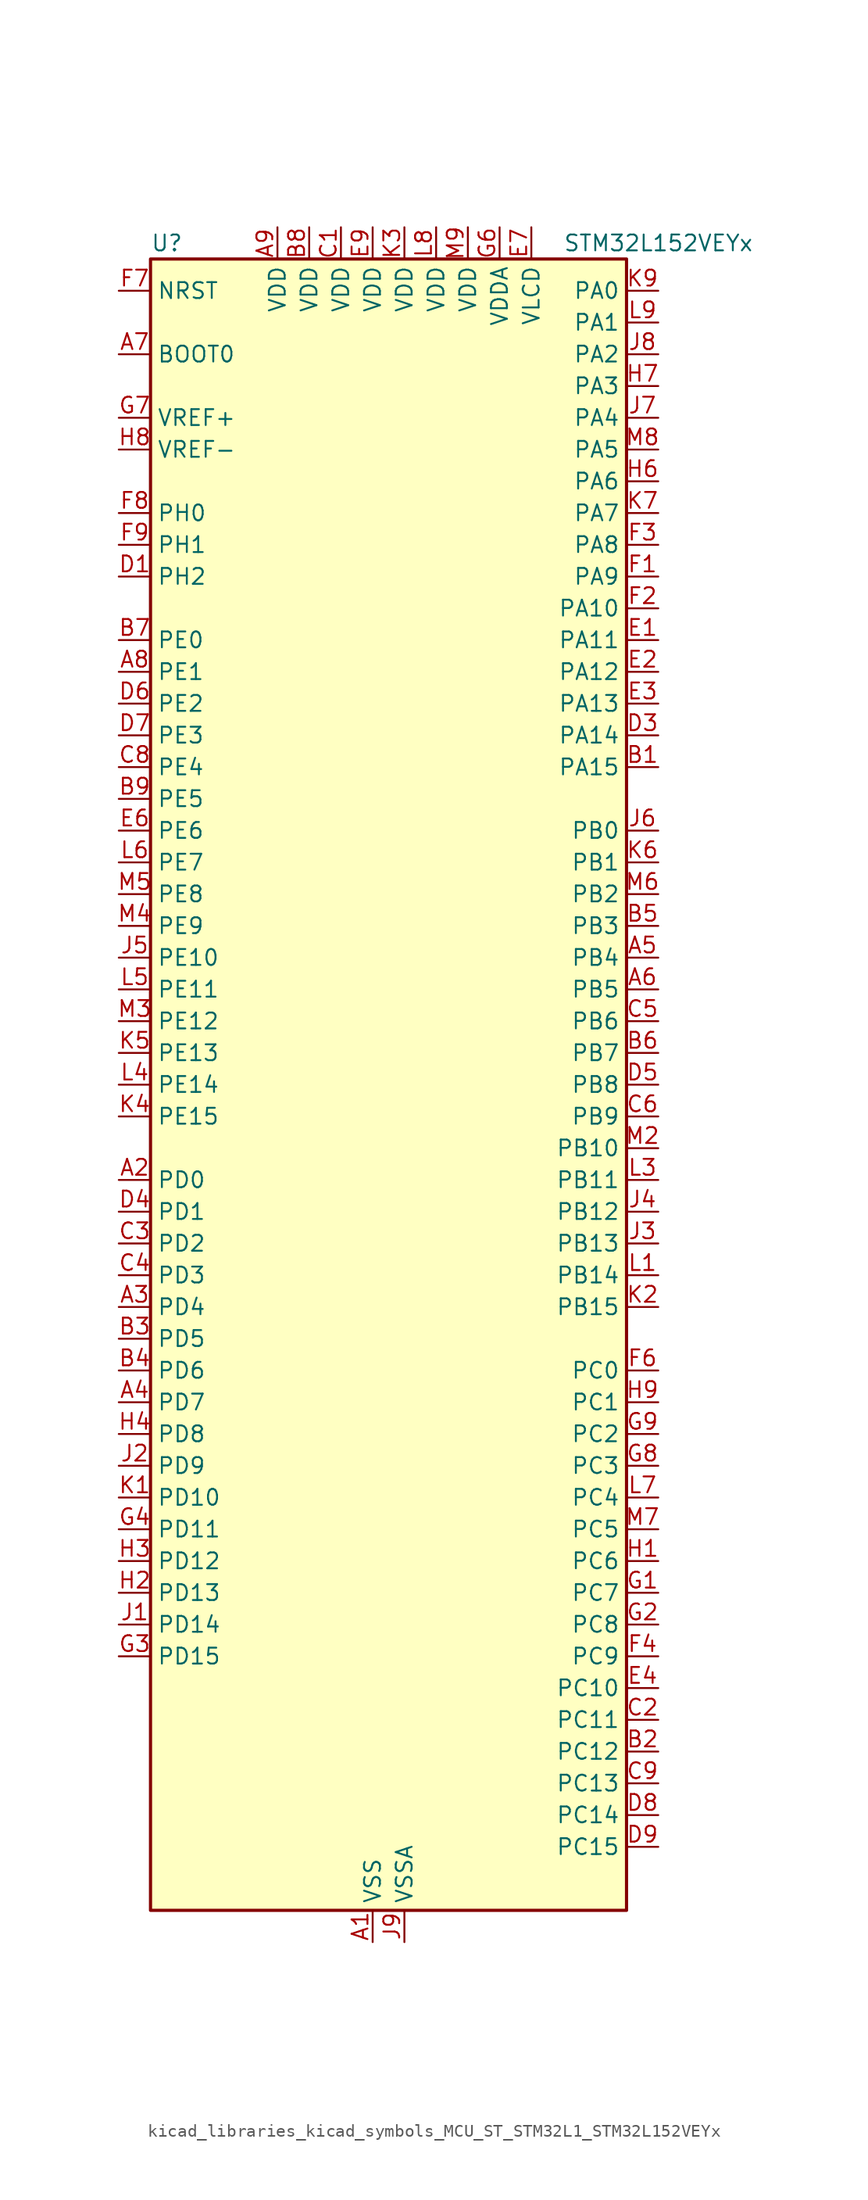
<source format=kicad_sym>
(kicad_symbol_lib
  (version 20220914)
  (generator kicad_symbol_editor)
  (symbol "kicad_libraries_kicad_symbols_MCU_ST_STM32L1_STM32L152VEYx"
    (property "Reference" "U"
      (at -17.78 67.31 0)
      (effects (font (size 1.27 1.27)) (justify left)))
    (property "Value" "STM32L152VEYx"
      (at 15.24 67.31 0)
      (effects (font (size 1.27 1.27)) (justify left)))
    (property "ki_locked" ""
      (at 0 0 0)
      (effects (font (size 1.27 1.27))))
    (symbol "kicad_libraries_kicad_symbols_MCU_ST_STM32L1_STM32L152VEYx_0_1"
      (rectangle (start -17.78 -66.04) (end 20.32 66.04) (stroke (width 0.254) (type default)) (fill (type background))))
    (symbol "kicad_libraries_kicad_symbols_MCU_ST_STM32L1_STM32L152VEYx_1_1"
      (pin power_in line (at 0 -68.58 90) (length 2.54) (name "VSS" (effects (font (size 1.27 1.27)))) (number "A1" (effects (font (size 1.27 1.27)))))
      (pin bidirectional line (at -20.32 -7.62 0) (length 2.54) (name "PD0" (effects (font (size 1.27 1.27)))) (number "A2" (effects (font (size 1.27 1.27)))) (alternate "I2S2_WS" bidirectional line) (alternate "SPI2_NSS" bidirectional line) (alternate "TIM9_CH1" bidirectional line) (alternate "TIMX_IC1" bidirectional line))
      (pin bidirectional line (at -20.32 -17.78 0) (length 2.54) (name "PD4" (effects (font (size 1.27 1.27)))) (number "A3" (effects (font (size 1.27 1.27)))) (alternate "I2S2_SD" bidirectional line) (alternate "SPI2_MOSI" bidirectional line) (alternate "TIMX_IC1" bidirectional line) (alternate "USART2_RTS" bidirectional line))
      (pin bidirectional line (at -20.32 -25.4 0) (length 2.54) (name "PD7" (effects (font (size 1.27 1.27)))) (number "A4" (effects (font (size 1.27 1.27)))) (alternate "TIM9_CH2" bidirectional line) (alternate "TIMX_IC4" bidirectional line) (alternate "USART2_CK" bidirectional line))
      (pin bidirectional line (at 22.86 10.16 180) (length 2.54) (name "PB4" (effects (font (size 1.27 1.27)))) (number "A5" (effects (font (size 1.27 1.27)))) (alternate "COMP2_INP" bidirectional line) (alternate "LCD_SEG8" bidirectional line) (alternate "SPI1_MISO" bidirectional line) (alternate "SPI3_MISO" bidirectional line) (alternate "SYS_JTRST" bidirectional line) (alternate "TIM3_CH1" bidirectional line) (alternate "TS_G6_IO1" bidirectional line))
      (pin bidirectional line (at 22.86 7.62 180) (length 2.54) (name "PB5" (effects (font (size 1.27 1.27)))) (number "A6" (effects (font (size 1.27 1.27)))) (alternate "COMP2_INP" bidirectional line) (alternate "I2C1_SMBA" bidirectional line) (alternate "I2S3_SD" bidirectional line) (alternate "LCD_SEG9" bidirectional line) (alternate "SPI1_MOSI" bidirectional line) (alternate "SPI3_MOSI" bidirectional line) (alternate "TIM3_CH2" bidirectional line) (alternate "TS_G6_IO2" bidirectional line))
      (pin input line (at -20.32 58.42 0) (length 2.54) (name "BOOT0" (effects (font (size 1.27 1.27)))) (number "A7" (effects (font (size 1.27 1.27)))))
      (pin bidirectional line (at -20.32 33.02 0) (length 2.54) (name "PE1" (effects (font (size 1.27 1.27)))) (number "A8" (effects (font (size 1.27 1.27)))) (alternate "LCD_SEG37" bidirectional line) (alternate "TIM11_CH1" bidirectional line) (alternate "TIMX_IC2" bidirectional line))
      (pin power_in line (at -7.62 68.58 270) (length 2.54) (name "VDD" (effects (font (size 1.27 1.27)))) (number "A9" (effects (font (size 1.27 1.27)))))
      (pin bidirectional line (at 22.86 25.4 180) (length 2.54) (name "PA15" (effects (font (size 1.27 1.27)))) (number "B1" (effects (font (size 1.27 1.27)))) (alternate "ADC_EXTI15" bidirectional line) (alternate "I2S3_WS" bidirectional line) (alternate "LCD_SEG17" bidirectional line) (alternate "SPI1_NSS" bidirectional line) (alternate "SPI3_NSS" bidirectional line) (alternate "SYS_JTDI" bidirectional line) (alternate "TIM2_CH1" bidirectional line) (alternate "TIM2_ETR" bidirectional line) (alternate "TIMX_IC4" bidirectional line) (alternate "TS_G5_IO3" bidirectional line))
      (pin bidirectional line (at 22.86 -53.34 180) (length 2.54) (name "PC12" (effects (font (size 1.27 1.27)))) (number "B2" (effects (font (size 1.27 1.27)))) (alternate "I2S3_SD" bidirectional line) (alternate "LCD_COM6" bidirectional line) (alternate "LCD_SEG30" bidirectional line) (alternate "LCD_SEG42" bidirectional line) (alternate "SPI3_MOSI" bidirectional line) (alternate "TIMX_IC1" bidirectional line) (alternate "UART5_TX" bidirectional line) (alternate "USART3_CK" bidirectional line))
      (pin bidirectional line (at -20.32 -20.32 0) (length 2.54) (name "PD5" (effects (font (size 1.27 1.27)))) (number "B3" (effects (font (size 1.27 1.27)))) (alternate "TIMX_IC2" bidirectional line) (alternate "USART2_TX" bidirectional line))
      (pin bidirectional line (at -20.32 -22.86 0) (length 2.54) (name "PD6" (effects (font (size 1.27 1.27)))) (number "B4" (effects (font (size 1.27 1.27)))) (alternate "TIMX_IC3" bidirectional line) (alternate "USART2_RX" bidirectional line))
      (pin bidirectional line (at 22.86 12.7 180) (length 2.54) (name "PB3" (effects (font (size 1.27 1.27)))) (number "B5" (effects (font (size 1.27 1.27)))) (alternate "COMP2_INM" bidirectional line) (alternate "I2S3_CK" bidirectional line) (alternate "LCD_SEG7" bidirectional line) (alternate "SPI1_SCK" bidirectional line) (alternate "SPI3_SCK" bidirectional line) (alternate "SYS_JTDO-TRACESWO" bidirectional line) (alternate "TIM2_CH2" bidirectional line))
      (pin bidirectional line (at 22.86 2.54 180) (length 2.54) (name "PB7" (effects (font (size 1.27 1.27)))) (number "B6" (effects (font (size 1.27 1.27)))) (alternate "COMP2_INP" bidirectional line) (alternate "I2C1_SDA" bidirectional line) (alternate "SYS_PVD_IN" bidirectional line) (alternate "TIM4_CH2" bidirectional line) (alternate "TS_G6_IO4" bidirectional line) (alternate "USART1_RX" bidirectional line))
      (pin bidirectional line (at -20.32 35.56 0) (length 2.54) (name "PE0" (effects (font (size 1.27 1.27)))) (number "B7" (effects (font (size 1.27 1.27)))) (alternate "LCD_SEG36" bidirectional line) (alternate "TIM10_CH1" bidirectional line) (alternate "TIM4_ETR" bidirectional line) (alternate "TIMX_IC1" bidirectional line))
      (pin power_in line (at -5.08 68.58 270) (length 2.54) (name "VDD" (effects (font (size 1.27 1.27)))) (number "B8" (effects (font (size 1.27 1.27)))))
      (pin bidirectional line (at -20.32 22.86 0) (length 2.54) (name "PE5" (effects (font (size 1.27 1.27)))) (number "B9" (effects (font (size 1.27 1.27)))) (alternate "SYS_TRACED2" bidirectional line) (alternate "TIM9_CH1" bidirectional line) (alternate "TIMX_IC2" bidirectional line))
      (pin power_in line (at -2.54 68.58 270) (length 2.54) (name "VDD" (effects (font (size 1.27 1.27)))) (number "C1" (effects (font (size 1.27 1.27)))))
      (pin bidirectional line (at 22.86 -50.8 180) (length 2.54) (name "PC11" (effects (font (size 1.27 1.27)))) (number "C2" (effects (font (size 1.27 1.27)))) (alternate "ADC_EXTI11" bidirectional line) (alternate "LCD_COM5" bidirectional line) (alternate "LCD_SEG29" bidirectional line) (alternate "LCD_SEG41" bidirectional line) (alternate "SPI3_MISO" bidirectional line) (alternate "TIMX_IC4" bidirectional line) (alternate "UART4_RX" bidirectional line) (alternate "USART3_RX" bidirectional line))
      (pin bidirectional line (at -20.32 -12.7 0) (length 2.54) (name "PD2" (effects (font (size 1.27 1.27)))) (number "C3" (effects (font (size 1.27 1.27)))) (alternate "LCD_COM7" bidirectional line) (alternate "LCD_SEG31" bidirectional line) (alternate "LCD_SEG43" bidirectional line) (alternate "TIM3_ETR" bidirectional line) (alternate "TIMX_IC3" bidirectional line) (alternate "UART5_RX" bidirectional line))
      (pin bidirectional line (at -20.32 -15.24 0) (length 2.54) (name "PD3" (effects (font (size 1.27 1.27)))) (number "C4" (effects (font (size 1.27 1.27)))) (alternate "SPI2_MISO" bidirectional line) (alternate "TIMX_IC4" bidirectional line) (alternate "USART2_CTS" bidirectional line))
      (pin bidirectional line (at 22.86 5.08 180) (length 2.54) (name "PB6" (effects (font (size 1.27 1.27)))) (number "C5" (effects (font (size 1.27 1.27)))) (alternate "COMP2_INP" bidirectional line) (alternate "I2C1_SCL" bidirectional line) (alternate "TIM4_CH1" bidirectional line) (alternate "TS_G6_IO3" bidirectional line) (alternate "USART1_TX" bidirectional line))
      (pin bidirectional line (at 22.86 -2.54 180) (length 2.54) (name "PB9" (effects (font (size 1.27 1.27)))) (number "C6" (effects (font (size 1.27 1.27)))) (alternate "DAC_EXTI9" bidirectional line) (alternate "I2C1_SDA" bidirectional line) (alternate "LCD_COM3" bidirectional line) (alternate "TIM11_CH1" bidirectional line) (alternate "TIM4_CH4" bidirectional line))
      (pin passive line (at 0 -68.58 90) (length 2.54) hide (name "VSS" (effects (font (size 1.27 1.27)))) (number "C7" (effects (font (size 1.27 1.27)))))
      (pin bidirectional line (at -20.32 25.4 0) (length 2.54) (name "PE4" (effects (font (size 1.27 1.27)))) (number "C8" (effects (font (size 1.27 1.27)))) (alternate "SYS_TRACED1" bidirectional line) (alternate "TIM3_CH2" bidirectional line) (alternate "TIMX_IC1" bidirectional line))
      (pin bidirectional line (at 22.86 -55.88 180) (length 2.54) (name "PC13" (effects (font (size 1.27 1.27)))) (number "C9" (effects (font (size 1.27 1.27)))) (alternate "RTC_OUT_ALARM" bidirectional line) (alternate "RTC_OUT_CALIB" bidirectional line) (alternate "RTC_TAMP1" bidirectional line) (alternate "RTC_TS" bidirectional line) (alternate "SYS_WKUP2" bidirectional line) (alternate "TIMX_IC2" bidirectional line))
      (pin bidirectional line (at -20.32 40.64 0) (length 2.54) (name "PH2" (effects (font (size 1.27 1.27)))) (number "D1" (effects (font (size 1.27 1.27)))))
      (pin passive line (at 0 -68.58 90) (length 2.54) hide (name "VSS" (effects (font (size 1.27 1.27)))) (number "D2" (effects (font (size 1.27 1.27)))))
      (pin bidirectional line (at 22.86 27.94 180) (length 2.54) (name "PA14" (effects (font (size 1.27 1.27)))) (number "D3" (effects (font (size 1.27 1.27)))) (alternate "SYS_JTCK-SWCLK" bidirectional line) (alternate "TIMX_IC3" bidirectional line) (alternate "TS_G5_IO2" bidirectional line))
      (pin bidirectional line (at -20.32 -10.16 0) (length 2.54) (name "PD1" (effects (font (size 1.27 1.27)))) (number "D4" (effects (font (size 1.27 1.27)))) (alternate "I2S2_CK" bidirectional line) (alternate "SPI2_SCK" bidirectional line) (alternate "TIMX_IC2" bidirectional line))
      (pin bidirectional line (at 22.86 0 180) (length 2.54) (name "PB8" (effects (font (size 1.27 1.27)))) (number "D5" (effects (font (size 1.27 1.27)))) (alternate "I2C1_SCL" bidirectional line) (alternate "LCD_SEG16" bidirectional line) (alternate "TIM10_CH1" bidirectional line) (alternate "TIM4_CH3" bidirectional line))
      (pin bidirectional line (at -20.32 30.48 0) (length 2.54) (name "PE2" (effects (font (size 1.27 1.27)))) (number "D6" (effects (font (size 1.27 1.27)))) (alternate "LCD_SEG38" bidirectional line) (alternate "SYS_TRACECK" bidirectional line) (alternate "TIM3_ETR" bidirectional line) (alternate "TIMX_IC3" bidirectional line))
      (pin bidirectional line (at -20.32 27.94 0) (length 2.54) (name "PE3" (effects (font (size 1.27 1.27)))) (number "D7" (effects (font (size 1.27 1.27)))) (alternate "LCD_SEG39" bidirectional line) (alternate "SYS_TRACED0" bidirectional line) (alternate "TIM3_CH1" bidirectional line) (alternate "TIMX_IC4" bidirectional line))
      (pin bidirectional line (at 22.86 -58.42 180) (length 2.54) (name "PC14" (effects (font (size 1.27 1.27)))) (number "D8" (effects (font (size 1.27 1.27)))) (alternate "RCC_OSC32_IN" bidirectional line) (alternate "TIMX_IC3" bidirectional line))
      (pin bidirectional line (at 22.86 -60.96 180) (length 2.54) (name "PC15" (effects (font (size 1.27 1.27)))) (number "D9" (effects (font (size 1.27 1.27)))) (alternate "ADC_EXTI15" bidirectional line) (alternate "RCC_OSC32_OUT" bidirectional line) (alternate "TIMX_IC4" bidirectional line))
      (pin bidirectional line (at 22.86 35.56 180) (length 2.54) (name "PA11" (effects (font (size 1.27 1.27)))) (number "E1" (effects (font (size 1.27 1.27)))) (alternate "ADC_EXTI11" bidirectional line) (alternate "SPI1_MISO" bidirectional line) (alternate "TIMX_IC4" bidirectional line) (alternate "USART1_CTS" bidirectional line) (alternate "USB_DM" bidirectional line))
      (pin bidirectional line (at 22.86 33.02 180) (length 2.54) (name "PA12" (effects (font (size 1.27 1.27)))) (number "E2" (effects (font (size 1.27 1.27)))) (alternate "SPI1_MOSI" bidirectional line) (alternate "TIMX_IC1" bidirectional line) (alternate "USART1_RTS" bidirectional line) (alternate "USB_DP" bidirectional line))
      (pin bidirectional line (at 22.86 30.48 180) (length 2.54) (name "PA13" (effects (font (size 1.27 1.27)))) (number "E3" (effects (font (size 1.27 1.27)))) (alternate "SYS_JTMS-SWDIO" bidirectional line) (alternate "TIMX_IC2" bidirectional line) (alternate "TS_G5_IO1" bidirectional line))
      (pin bidirectional line (at 22.86 -48.26 180) (length 2.54) (name "PC10" (effects (font (size 1.27 1.27)))) (number "E4" (effects (font (size 1.27 1.27)))) (alternate "I2S3_CK" bidirectional line) (alternate "LCD_COM4" bidirectional line) (alternate "LCD_SEG28" bidirectional line) (alternate "LCD_SEG40" bidirectional line) (alternate "SPI3_SCK" bidirectional line) (alternate "TIMX_IC3" bidirectional line) (alternate "UART4_TX" bidirectional line) (alternate "USART3_TX" bidirectional line))
      (pin bidirectional line (at -20.32 20.32 0) (length 2.54) (name "PE6" (effects (font (size 1.27 1.27)))) (number "E6" (effects (font (size 1.27 1.27)))) (alternate "RTC_TAMP3" bidirectional line) (alternate "SYS_TRACED3" bidirectional line) (alternate "SYS_WKUP3" bidirectional line) (alternate "TIM9_CH2" bidirectional line) (alternate "TIMX_IC3" bidirectional line))
      (pin power_in line (at 12.7 68.58 270) (length 2.54) (name "VLCD" (effects (font (size 1.27 1.27)))) (number "E7" (effects (font (size 1.27 1.27)))))
      (pin passive line (at 0 -68.58 90) (length 2.54) hide (name "VSS" (effects (font (size 1.27 1.27)))) (number "E8" (effects (font (size 1.27 1.27)))))
      (pin power_in line (at 0 68.58 270) (length 2.54) (name "VDD" (effects (font (size 1.27 1.27)))) (number "E9" (effects (font (size 1.27 1.27)))))
      (pin bidirectional line (at 22.86 40.64 180) (length 2.54) (name "PA9" (effects (font (size 1.27 1.27)))) (number "F1" (effects (font (size 1.27 1.27)))) (alternate "DAC_EXTI9" bidirectional line) (alternate "LCD_COM1" bidirectional line) (alternate "TIMX_IC2" bidirectional line) (alternate "TS_G4_IO2" bidirectional line) (alternate "USART1_TX" bidirectional line))
      (pin bidirectional line (at 22.86 38.1 180) (length 2.54) (name "PA10" (effects (font (size 1.27 1.27)))) (number "F2" (effects (font (size 1.27 1.27)))) (alternate "LCD_COM2" bidirectional line) (alternate "TIMX_IC3" bidirectional line) (alternate "TS_G4_IO3" bidirectional line) (alternate "USART1_RX" bidirectional line))
      (pin bidirectional line (at 22.86 43.18 180) (length 2.54) (name "PA8" (effects (font (size 1.27 1.27)))) (number "F3" (effects (font (size 1.27 1.27)))) (alternate "LCD_COM0" bidirectional line) (alternate "RCC_MCO" bidirectional line) (alternate "TIMX_IC1" bidirectional line) (alternate "TS_G4_IO1" bidirectional line) (alternate "USART1_CK" bidirectional line))
      (pin bidirectional line (at 22.86 -45.72 180) (length 2.54) (name "PC9" (effects (font (size 1.27 1.27)))) (number "F4" (effects (font (size 1.27 1.27)))) (alternate "DAC_EXTI9" bidirectional line) (alternate "LCD_SEG27" bidirectional line) (alternate "TIM3_CH4" bidirectional line) (alternate "TIMX_IC2" bidirectional line) (alternate "TS_G10_IO4" bidirectional line))
      (pin bidirectional line (at 22.86 -22.86 180) (length 2.54) (name "PC0" (effects (font (size 1.27 1.27)))) (number "F6" (effects (font (size 1.27 1.27)))) (alternate "ADC_IN10" bidirectional line) (alternate "COMP1_INP" bidirectional line) (alternate "LCD_SEG18" bidirectional line) (alternate "TIMX_IC1" bidirectional line) (alternate "TS_G8_IO1" bidirectional line))
      (pin input line (at -20.32 63.5 0) (length 2.54) (name "NRST" (effects (font (size 1.27 1.27)))) (number "F7" (effects (font (size 1.27 1.27)))))
      (pin bidirectional line (at -20.32 45.72 0) (length 2.54) (name "PH0" (effects (font (size 1.27 1.27)))) (number "F8" (effects (font (size 1.27 1.27)))) (alternate "RCC_OSC_IN" bidirectional line))
      (pin bidirectional line (at -20.32 43.18 0) (length 2.54) (name "PH1" (effects (font (size 1.27 1.27)))) (number "F9" (effects (font (size 1.27 1.27)))) (alternate "RCC_OSC_OUT" bidirectional line))
      (pin bidirectional line (at 22.86 -40.64 180) (length 2.54) (name "PC7" (effects (font (size 1.27 1.27)))) (number "G1" (effects (font (size 1.27 1.27)))) (alternate "I2S3_MCK" bidirectional line) (alternate "LCD_SEG25" bidirectional line) (alternate "TIM3_CH2" bidirectional line) (alternate "TIMX_IC4" bidirectional line) (alternate "TS_G10_IO2" bidirectional line))
      (pin bidirectional line (at 22.86 -43.18 180) (length 2.54) (name "PC8" (effects (font (size 1.27 1.27)))) (number "G2" (effects (font (size 1.27 1.27)))) (alternate "LCD_SEG26" bidirectional line) (alternate "TIM3_CH3" bidirectional line) (alternate "TIMX_IC1" bidirectional line) (alternate "TS_G10_IO3" bidirectional line))
      (pin bidirectional line (at -20.32 -45.72 0) (length 2.54) (name "PD15" (effects (font (size 1.27 1.27)))) (number "G3" (effects (font (size 1.27 1.27)))) (alternate "ADC_EXTI15" bidirectional line) (alternate "LCD_SEG35" bidirectional line) (alternate "TIM4_CH4" bidirectional line) (alternate "TIMX_IC4" bidirectional line))
      (pin bidirectional line (at -20.32 -35.56 0) (length 2.54) (name "PD11" (effects (font (size 1.27 1.27)))) (number "G4" (effects (font (size 1.27 1.27)))) (alternate "ADC_EXTI11" bidirectional line) (alternate "LCD_SEG31" bidirectional line) (alternate "TIMX_IC4" bidirectional line) (alternate "USART3_CTS" bidirectional line))
      (pin power_in line (at 10.16 68.58 270) (length 2.54) (name "VDDA" (effects (font (size 1.27 1.27)))) (number "G6" (effects (font (size 1.27 1.27)))))
      (pin input line (at -20.32 53.34 0) (length 2.54) (name "VREF+" (effects (font (size 1.27 1.27)))) (number "G7" (effects (font (size 1.27 1.27)))))
      (pin bidirectional line (at 22.86 -30.48 180) (length 2.54) (name "PC3" (effects (font (size 1.27 1.27)))) (number "G8" (effects (font (size 1.27 1.27)))) (alternate "ADC_IN13" bidirectional line) (alternate "COMP1_INP" bidirectional line) (alternate "LCD_SEG21" bidirectional line) (alternate "TIMX_IC4" bidirectional line) (alternate "TS_G8_IO4" bidirectional line))
      (pin bidirectional line (at 22.86 -27.94 180) (length 2.54) (name "PC2" (effects (font (size 1.27 1.27)))) (number "G9" (effects (font (size 1.27 1.27)))) (alternate "ADC_IN12" bidirectional line) (alternate "COMP1_INP" bidirectional line) (alternate "LCD_SEG20" bidirectional line) (alternate "TIMX_IC3" bidirectional line) (alternate "TS_G8_IO3" bidirectional line))
      (pin bidirectional line (at 22.86 -38.1 180) (length 2.54) (name "PC6" (effects (font (size 1.27 1.27)))) (number "H1" (effects (font (size 1.27 1.27)))) (alternate "I2S2_MCK" bidirectional line) (alternate "LCD_SEG24" bidirectional line) (alternate "TIM3_CH1" bidirectional line) (alternate "TIMX_IC3" bidirectional line) (alternate "TS_G10_IO1" bidirectional line))
      (pin bidirectional line (at -20.32 -40.64 0) (length 2.54) (name "PD13" (effects (font (size 1.27 1.27)))) (number "H2" (effects (font (size 1.27 1.27)))) (alternate "LCD_SEG33" bidirectional line) (alternate "TIM4_CH2" bidirectional line) (alternate "TIMX_IC2" bidirectional line))
      (pin bidirectional line (at -20.32 -38.1 0) (length 2.54) (name "PD12" (effects (font (size 1.27 1.27)))) (number "H3" (effects (font (size 1.27 1.27)))) (alternate "LCD_SEG32" bidirectional line) (alternate "TIM4_CH1" bidirectional line) (alternate "TIMX_IC1" bidirectional line) (alternate "USART3_RTS" bidirectional line))
      (pin bidirectional line (at -20.32 -27.94 0) (length 2.54) (name "PD8" (effects (font (size 1.27 1.27)))) (number "H4" (effects (font (size 1.27 1.27)))) (alternate "LCD_SEG28" bidirectional line) (alternate "TIMX_IC1" bidirectional line) (alternate "USART3_TX" bidirectional line))
      (pin bidirectional line (at 22.86 48.26 180) (length 2.54) (name "PA6" (effects (font (size 1.27 1.27)))) (number "H6" (effects (font (size 1.27 1.27)))) (alternate "ADC_IN6" bidirectional line) (alternate "COMP1_INP" bidirectional line) (alternate "LCD_SEG3" bidirectional line) (alternate "OPAMP2_VINP" bidirectional line) (alternate "SPI1_MISO" bidirectional line) (alternate "TIM10_CH1" bidirectional line) (alternate "TIM3_CH1" bidirectional line) (alternate "TIMX_IC3" bidirectional line) (alternate "TS_G2_IO1" bidirectional line))
      (pin bidirectional line (at 22.86 55.88 180) (length 2.54) (name "PA3" (effects (font (size 1.27 1.27)))) (number "H7" (effects (font (size 1.27 1.27)))) (alternate "ADC_IN3" bidirectional line) (alternate "COMP1_INP" bidirectional line) (alternate "LCD_SEG2" bidirectional line) (alternate "OPAMP1_VOUT" bidirectional line) (alternate "TIM2_CH4" bidirectional line) (alternate "TIM5_CH4" bidirectional line) (alternate "TIM9_CH2" bidirectional line) (alternate "TIMX_IC4" bidirectional line) (alternate "TS_G1_IO4" bidirectional line) (alternate "USART2_RX" bidirectional line))
      (pin input line (at -20.32 50.8 0) (length 2.54) (name "VREF-" (effects (font (size 1.27 1.27)))) (number "H8" (effects (font (size 1.27 1.27)))))
      (pin bidirectional line (at 22.86 -25.4 180) (length 2.54) (name "PC1" (effects (font (size 1.27 1.27)))) (number "H9" (effects (font (size 1.27 1.27)))) (alternate "ADC_IN11" bidirectional line) (alternate "COMP1_INP" bidirectional line) (alternate "LCD_SEG19" bidirectional line) (alternate "TIMX_IC2" bidirectional line) (alternate "TS_G8_IO2" bidirectional line))
      (pin bidirectional line (at -20.32 -43.18 0) (length 2.54) (name "PD14" (effects (font (size 1.27 1.27)))) (number "J1" (effects (font (size 1.27 1.27)))) (alternate "LCD_SEG34" bidirectional line) (alternate "TIM4_CH3" bidirectional line) (alternate "TIMX_IC3" bidirectional line))
      (pin bidirectional line (at -20.32 -30.48 0) (length 2.54) (name "PD9" (effects (font (size 1.27 1.27)))) (number "J2" (effects (font (size 1.27 1.27)))) (alternate "DAC_EXTI9" bidirectional line) (alternate "LCD_SEG29" bidirectional line) (alternate "TIMX_IC2" bidirectional line) (alternate "USART3_RX" bidirectional line))
      (pin bidirectional line (at 22.86 -12.7 180) (length 2.54) (name "PB13" (effects (font (size 1.27 1.27)))) (number "J3" (effects (font (size 1.27 1.27)))) (alternate "ADC_IN19" bidirectional line) (alternate "COMP1_INP" bidirectional line) (alternate "I2S2_CK" bidirectional line) (alternate "LCD_SEG13" bidirectional line) (alternate "SPI2_SCK" bidirectional line) (alternate "TIM9_CH1" bidirectional line) (alternate "TS_G7_IO2" bidirectional line) (alternate "USART3_CTS" bidirectional line))
      (pin bidirectional line (at 22.86 -10.16 180) (length 2.54) (name "PB12" (effects (font (size 1.27 1.27)))) (number "J4" (effects (font (size 1.27 1.27)))) (alternate "ADC_IN18" bidirectional line) (alternate "COMP1_INP" bidirectional line) (alternate "I2C2_SMBA" bidirectional line) (alternate "I2S2_WS" bidirectional line) (alternate "LCD_SEG12" bidirectional line) (alternate "SPI2_NSS" bidirectional line) (alternate "TIM10_CH1" bidirectional line) (alternate "TS_G7_IO1" bidirectional line) (alternate "USART3_CK" bidirectional line))
      (pin bidirectional line (at -20.32 10.16 0) (length 2.54) (name "PE10" (effects (font (size 1.27 1.27)))) (number "J5" (effects (font (size 1.27 1.27)))) (alternate "ADC_IN25" bidirectional line) (alternate "COMP1_INP" bidirectional line) (alternate "TIM2_CH2" bidirectional line) (alternate "TIMX_IC3" bidirectional line))
      (pin bidirectional line (at 22.86 20.32 180) (length 2.54) (name "PB0" (effects (font (size 1.27 1.27)))) (number "J6" (effects (font (size 1.27 1.27)))) (alternate "ADC_IN8" bidirectional line) (alternate "COMP1_INP" bidirectional line) (alternate "LCD_SEG5" bidirectional line) (alternate "OPAMP2_VOUT" bidirectional line) (alternate "SYS_V_REF_OUT" bidirectional line) (alternate "TIM3_CH3" bidirectional line) (alternate "TS_G3_IO1" bidirectional line))
      (pin bidirectional line (at 22.86 53.34 180) (length 2.54) (name "PA4" (effects (font (size 1.27 1.27)))) (number "J7" (effects (font (size 1.27 1.27)))) (alternate "ADC_IN4" bidirectional line) (alternate "COMP1_INP" bidirectional line) (alternate "DAC_OUT1" bidirectional line) (alternate "I2S3_WS" bidirectional line) (alternate "SPI1_NSS" bidirectional line) (alternate "SPI3_NSS" bidirectional line) (alternate "TIMX_IC1" bidirectional line) (alternate "USART2_CK" bidirectional line))
      (pin bidirectional line (at 22.86 58.42 180) (length 2.54) (name "PA2" (effects (font (size 1.27 1.27)))) (number "J8" (effects (font (size 1.27 1.27)))) (alternate "ADC_IN2" bidirectional line) (alternate "COMP1_INP" bidirectional line) (alternate "LCD_SEG1" bidirectional line) (alternate "OPAMP1_VINM" bidirectional line) (alternate "TIM2_CH3" bidirectional line) (alternate "TIM5_CH3" bidirectional line) (alternate "TIM9_CH1" bidirectional line) (alternate "TIMX_IC3" bidirectional line) (alternate "TS_G1_IO3" bidirectional line) (alternate "USART2_TX" bidirectional line))
      (pin power_in line (at 2.54 -68.58 90) (length 2.54) (name "VSSA" (effects (font (size 1.27 1.27)))) (number "J9" (effects (font (size 1.27 1.27)))))
      (pin bidirectional line (at -20.32 -33.02 0) (length 2.54) (name "PD10" (effects (font (size 1.27 1.27)))) (number "K1" (effects (font (size 1.27 1.27)))) (alternate "LCD_SEG30" bidirectional line) (alternate "TIMX_IC3" bidirectional line) (alternate "USART3_CK" bidirectional line))
      (pin bidirectional line (at 22.86 -17.78 180) (length 2.54) (name "PB15" (effects (font (size 1.27 1.27)))) (number "K2" (effects (font (size 1.27 1.27)))) (alternate "ADC_EXTI15" bidirectional line) (alternate "ADC_IN21" bidirectional line) (alternate "COMP1_INP" bidirectional line) (alternate "I2S2_SD" bidirectional line) (alternate "LCD_SEG15" bidirectional line) (alternate "RTC_REFIN" bidirectional line) (alternate "SPI2_MOSI" bidirectional line) (alternate "TIM11_CH1" bidirectional line) (alternate "TS_G7_IO4" bidirectional line))
      (pin power_in line (at 2.54 68.58 270) (length 2.54) (name "VDD" (effects (font (size 1.27 1.27)))) (number "K3" (effects (font (size 1.27 1.27)))))
      (pin bidirectional line (at -20.32 -2.54 0) (length 2.54) (name "PE15" (effects (font (size 1.27 1.27)))) (number "K4" (effects (font (size 1.27 1.27)))) (alternate "ADC_EXTI15" bidirectional line) (alternate "SPI1_MOSI" bidirectional line) (alternate "TIMX_IC4" bidirectional line))
      (pin bidirectional line (at -20.32 2.54 0) (length 2.54) (name "PE13" (effects (font (size 1.27 1.27)))) (number "K5" (effects (font (size 1.27 1.27)))) (alternate "SPI1_SCK" bidirectional line) (alternate "TIMX_IC2" bidirectional line))
      (pin bidirectional line (at 22.86 17.78 180) (length 2.54) (name "PB1" (effects (font (size 1.27 1.27)))) (number "K6" (effects (font (size 1.27 1.27)))) (alternate "ADC_IN9" bidirectional line) (alternate "COMP1_INP" bidirectional line) (alternate "LCD_SEG6" bidirectional line) (alternate "SYS_V_REF_OUT" bidirectional line) (alternate "TIM3_CH4" bidirectional line) (alternate "TS_G3_IO2" bidirectional line))
      (pin bidirectional line (at 22.86 45.72 180) (length 2.54) (name "PA7" (effects (font (size 1.27 1.27)))) (number "K7" (effects (font (size 1.27 1.27)))) (alternate "ADC_IN7" bidirectional line) (alternate "COMP1_INP" bidirectional line) (alternate "LCD_SEG4" bidirectional line) (alternate "OPAMP2_VINM" bidirectional line) (alternate "SPI1_MOSI" bidirectional line) (alternate "TIM11_CH1" bidirectional line) (alternate "TIM3_CH2" bidirectional line) (alternate "TIMX_IC4" bidirectional line) (alternate "TS_G2_IO2" bidirectional line))
      (pin passive line (at 0 -68.58 90) (length 2.54) hide (name "VSS" (effects (font (size 1.27 1.27)))) (number "K8" (effects (font (size 1.27 1.27)))))
      (pin bidirectional line (at 22.86 63.5 180) (length 2.54) (name "PA0" (effects (font (size 1.27 1.27)))) (number "K9" (effects (font (size 1.27 1.27)))) (alternate "ADC_IN0" bidirectional line) (alternate "COMP1_INP" bidirectional line) (alternate "RTC_TAMP2" bidirectional line) (alternate "SYS_WKUP1" bidirectional line) (alternate "TIM2_CH1" bidirectional line) (alternate "TIM2_ETR" bidirectional line) (alternate "TIM5_CH1" bidirectional line) (alternate "TIMX_IC1" bidirectional line) (alternate "TS_G1_IO1" bidirectional line) (alternate "USART2_CTS" bidirectional line))
      (pin bidirectional line (at 22.86 -15.24 180) (length 2.54) (name "PB14" (effects (font (size 1.27 1.27)))) (number "L1" (effects (font (size 1.27 1.27)))) (alternate "ADC_IN20" bidirectional line) (alternate "COMP1_INP" bidirectional line) (alternate "LCD_SEG14" bidirectional line) (alternate "SPI2_MISO" bidirectional line) (alternate "TIM9_CH2" bidirectional line) (alternate "TS_G7_IO3" bidirectional line) (alternate "USART3_RTS" bidirectional line))
      (pin passive line (at 0 -68.58 90) (length 2.54) hide (name "VSS" (effects (font (size 1.27 1.27)))) (number "L2" (effects (font (size 1.27 1.27)))))
      (pin bidirectional line (at 22.86 -7.62 180) (length 2.54) (name "PB11" (effects (font (size 1.27 1.27)))) (number "L3" (effects (font (size 1.27 1.27)))) (alternate "ADC_EXTI11" bidirectional line) (alternate "I2C2_SDA" bidirectional line) (alternate "LCD_SEG11" bidirectional line) (alternate "TIM2_CH4" bidirectional line) (alternate "USART3_RX" bidirectional line))
      (pin bidirectional line (at -20.32 0 0) (length 2.54) (name "PE14" (effects (font (size 1.27 1.27)))) (number "L4" (effects (font (size 1.27 1.27)))) (alternate "SPI1_MISO" bidirectional line) (alternate "TIMX_IC3" bidirectional line))
      (pin bidirectional line (at -20.32 7.62 0) (length 2.54) (name "PE11" (effects (font (size 1.27 1.27)))) (number "L5" (effects (font (size 1.27 1.27)))) (alternate "ADC_EXTI11" bidirectional line) (alternate "TIM2_CH3" bidirectional line) (alternate "TIMX_IC4" bidirectional line))
      (pin bidirectional line (at -20.32 17.78 0) (length 2.54) (name "PE7" (effects (font (size 1.27 1.27)))) (number "L6" (effects (font (size 1.27 1.27)))) (alternate "ADC_IN22" bidirectional line) (alternate "COMP1_INP" bidirectional line) (alternate "TIMX_IC4" bidirectional line))
      (pin bidirectional line (at 22.86 -33.02 180) (length 2.54) (name "PC4" (effects (font (size 1.27 1.27)))) (number "L7" (effects (font (size 1.27 1.27)))) (alternate "ADC_IN14" bidirectional line) (alternate "COMP1_INP" bidirectional line) (alternate "LCD_SEG22" bidirectional line) (alternate "TIMX_IC1" bidirectional line) (alternate "TS_G9_IO1" bidirectional line))
      (pin power_in line (at 5.08 68.58 270) (length 2.54) (name "VDD" (effects (font (size 1.27 1.27)))) (number "L8" (effects (font (size 1.27 1.27)))))
      (pin bidirectional line (at 22.86 60.96 180) (length 2.54) (name "PA1" (effects (font (size 1.27 1.27)))) (number "L9" (effects (font (size 1.27 1.27)))) (alternate "ADC_IN1" bidirectional line) (alternate "COMP1_INP" bidirectional line) (alternate "LCD_SEG0" bidirectional line) (alternate "OPAMP1_VINP" bidirectional line) (alternate "TIM2_CH2" bidirectional line) (alternate "TIM5_CH2" bidirectional line) (alternate "TIMX_IC2" bidirectional line) (alternate "TS_G1_IO2" bidirectional line) (alternate "USART2_RTS" bidirectional line))
      (pin passive line (at 0 -68.58 90) (length 2.54) hide (name "VSS" (effects (font (size 1.27 1.27)))) (number "M1" (effects (font (size 1.27 1.27)))))
      (pin bidirectional line (at 22.86 -5.08 180) (length 2.54) (name "PB10" (effects (font (size 1.27 1.27)))) (number "M2" (effects (font (size 1.27 1.27)))) (alternate "I2C2_SCL" bidirectional line) (alternate "LCD_SEG10" bidirectional line) (alternate "TIM2_CH3" bidirectional line) (alternate "USART3_TX" bidirectional line))
      (pin bidirectional line (at -20.32 5.08 0) (length 2.54) (name "PE12" (effects (font (size 1.27 1.27)))) (number "M3" (effects (font (size 1.27 1.27)))) (alternate "SPI1_NSS" bidirectional line) (alternate "TIM2_CH4" bidirectional line) (alternate "TIMX_IC1" bidirectional line))
      (pin bidirectional line (at -20.32 12.7 0) (length 2.54) (name "PE9" (effects (font (size 1.27 1.27)))) (number "M4" (effects (font (size 1.27 1.27)))) (alternate "ADC_IN24" bidirectional line) (alternate "COMP1_INP" bidirectional line) (alternate "DAC_EXTI9" bidirectional line) (alternate "TIM2_CH1" bidirectional line) (alternate "TIM2_ETR" bidirectional line) (alternate "TIMX_IC2" bidirectional line))
      (pin bidirectional line (at -20.32 15.24 0) (length 2.54) (name "PE8" (effects (font (size 1.27 1.27)))) (number "M5" (effects (font (size 1.27 1.27)))) (alternate "ADC_IN23" bidirectional line) (alternate "COMP1_INP" bidirectional line) (alternate "TIMX_IC1" bidirectional line))
      (pin bidirectional line (at 22.86 15.24 180) (length 2.54) (name "PB2" (effects (font (size 1.27 1.27)))) (number "M6" (effects (font (size 1.27 1.27)))) (alternate "ADC_IN0b" bidirectional line) (alternate "TS_G3_IO3" bidirectional line))
      (pin bidirectional line (at 22.86 -35.56 180) (length 2.54) (name "PC5" (effects (font (size 1.27 1.27)))) (number "M7" (effects (font (size 1.27 1.27)))) (alternate "ADC_IN15" bidirectional line) (alternate "COMP1_INP" bidirectional line) (alternate "LCD_SEG23" bidirectional line) (alternate "TIMX_IC2" bidirectional line) (alternate "TS_G9_IO2" bidirectional line))
      (pin bidirectional line (at 22.86 50.8 180) (length 2.54) (name "PA5" (effects (font (size 1.27 1.27)))) (number "M8" (effects (font (size 1.27 1.27)))) (alternate "ADC_IN5" bidirectional line) (alternate "COMP1_INP" bidirectional line) (alternate "DAC_OUT2" bidirectional line) (alternate "SPI1_SCK" bidirectional line) (alternate "TIM2_CH1" bidirectional line) (alternate "TIM2_ETR" bidirectional line) (alternate "TIMX_IC2" bidirectional line))
      (pin power_in line (at 7.62 68.58 270) (length 2.54) (name "VDD" (effects (font (size 1.27 1.27)))) (number "M9" (effects (font (size 1.27 1.27))))))))
</source>
